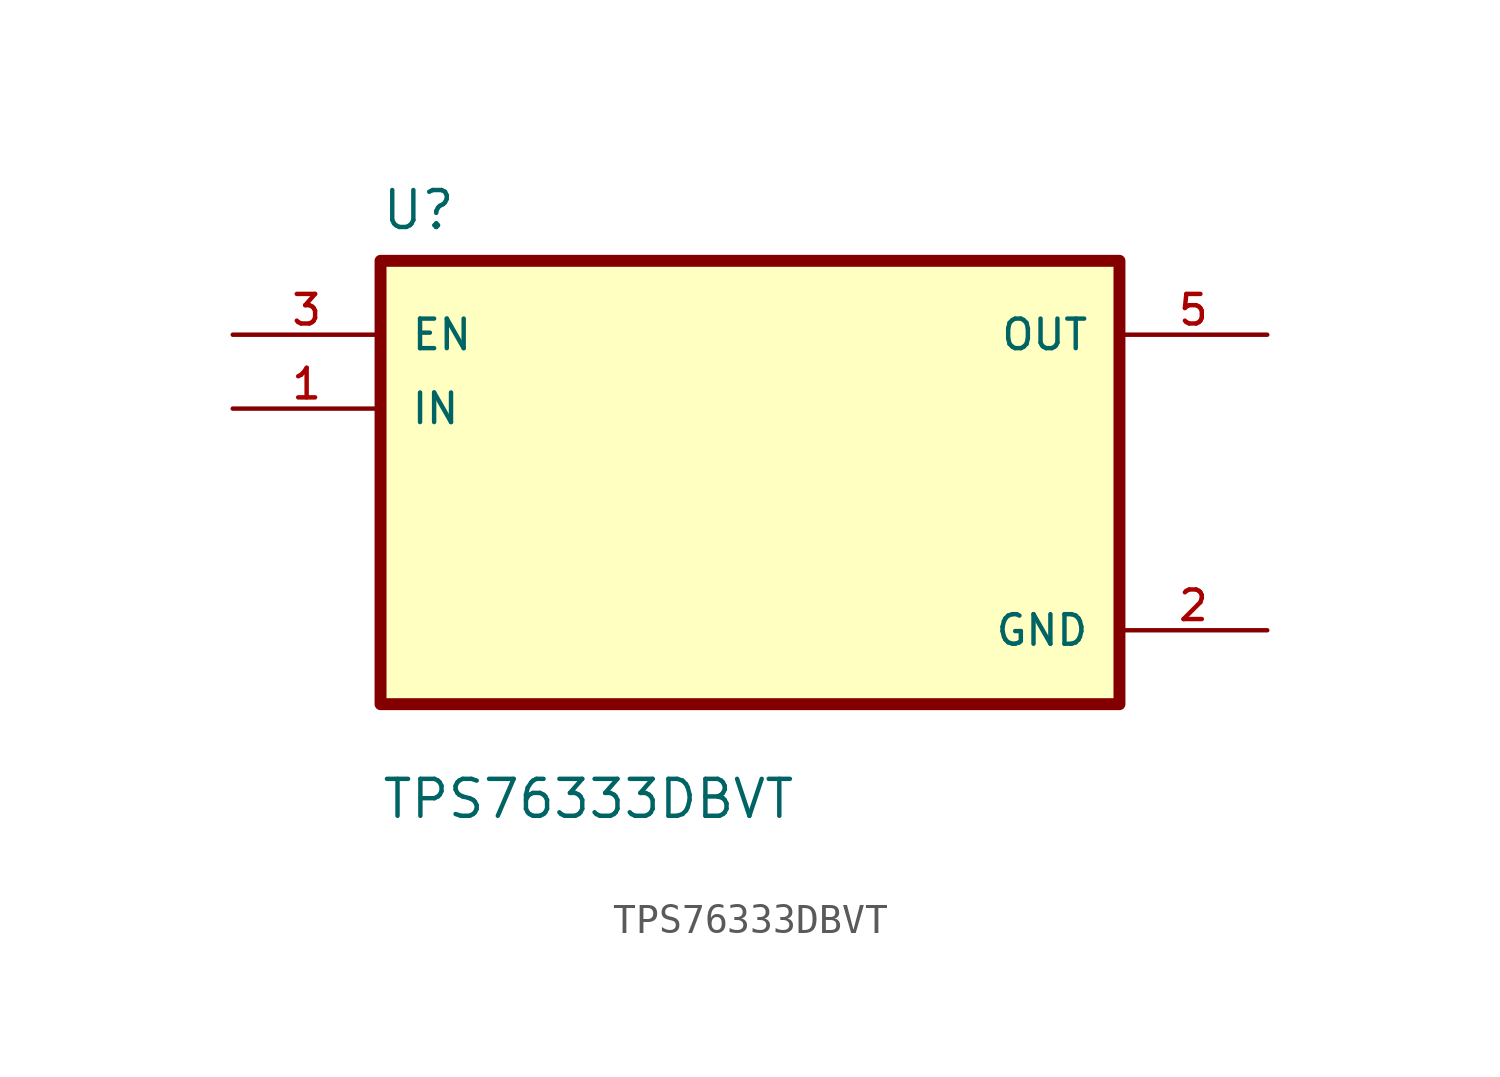
<source format=kicad_sym>
(kicad_symbol_lib
  (version 20211014)
  (generator kicad_symbol_editor)
  (symbol "TPS76333DBVT"
    (pin_names
      (offset 1.016))
    (property "Reference" "U"
      (at -12.7 8.62 0.0)
      (effects (font (size 1.27 1.27)) (justify bottom left)))
    (property "Value" "TPS76333DBVT"
      (at -12.7 -11.62 0.0)
      (effects (font (size 1.27 1.27)) (justify bottom left)))
    (symbol "TPS76333DBVT_0_0"
      (rectangle (start -12.7 -7.62) (end 12.7 7.62) (stroke (width 0.41)) (fill (type background)))
      (pin input line (at -17.78 5.08 0) (length 5.08) (name "EN" (effects (font (size 1.016 1.016)))) (number "3" (effects (font (size 1.016 1.016)))))
      (pin input line (at -17.78 2.54 0) (length 5.08) (name "IN" (effects (font (size 1.016 1.016)))) (number "1" (effects (font (size 1.016 1.016)))))
      (pin output line (at 17.78 5.08 180.0) (length 5.08) (name "OUT" (effects (font (size 1.016 1.016)))) (number "5" (effects (font (size 1.016 1.016)))))
      (pin power_in line (at 17.78 -5.08 180.0) (length 5.08) (name "GND" (effects (font (size 1.016 1.016)))) (number "2" (effects (font (size 1.016 1.016))))))))
</source>
